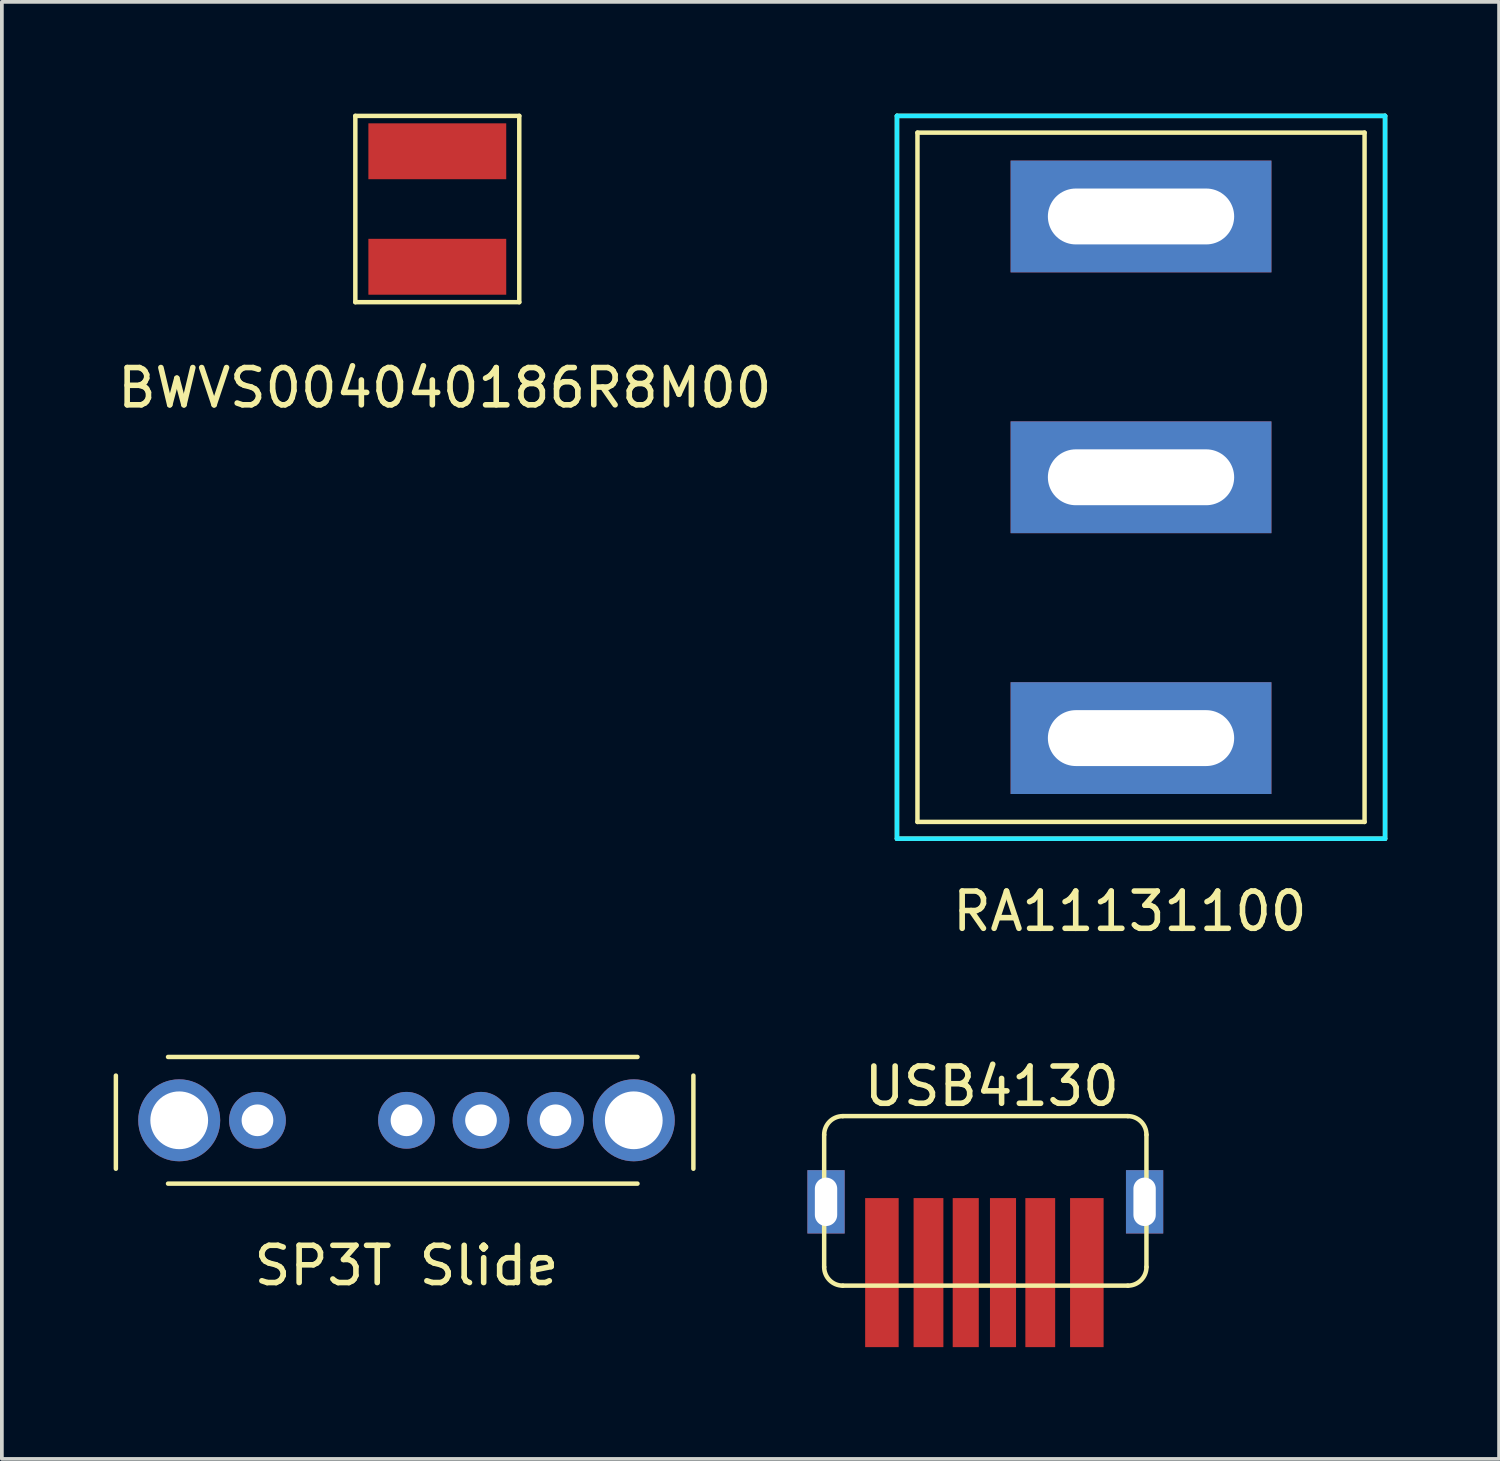
<source format=kicad_pcb>
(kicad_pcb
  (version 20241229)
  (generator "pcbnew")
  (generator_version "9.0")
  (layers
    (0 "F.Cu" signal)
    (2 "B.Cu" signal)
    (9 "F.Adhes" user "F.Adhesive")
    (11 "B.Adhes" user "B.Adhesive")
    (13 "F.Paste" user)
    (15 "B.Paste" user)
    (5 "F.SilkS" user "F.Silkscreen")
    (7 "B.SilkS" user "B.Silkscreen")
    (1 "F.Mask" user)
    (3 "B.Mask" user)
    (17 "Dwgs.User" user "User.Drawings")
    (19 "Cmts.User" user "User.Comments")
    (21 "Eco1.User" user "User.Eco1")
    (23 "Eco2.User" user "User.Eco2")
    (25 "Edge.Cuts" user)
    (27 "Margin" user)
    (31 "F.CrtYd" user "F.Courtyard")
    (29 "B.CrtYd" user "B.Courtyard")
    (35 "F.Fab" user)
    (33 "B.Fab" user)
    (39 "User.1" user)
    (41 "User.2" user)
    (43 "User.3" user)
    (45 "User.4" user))
  (footprint "USB4130"
    (layer "F.Cu")
    (at 19.07 31.456)
    (property "Reference" "USB4130" (at 4.5 -5.35 0) (layer "F.SilkS") (effects (font (size 1 1) (thickness 0.15))))
    (attr through_hole)
    (fp_line (start 0 -4.05) (end 0 -0.5) (stroke (width 0.12) (type solid)) (layer "F.SilkS"))
    (fp_line (start 0.5 -4.55) (end 8.15 -4.55) (stroke (width 0.12) (type solid)) (layer "F.SilkS"))
    (fp_line (start 0.5 0) (end 8.15 0) (stroke (width 0.12) (type solid)) (layer "F.SilkS"))
    (fp_line (start 8.65 -0.5) (end 8.65 -4.05) (stroke (width 0.12) (type solid)) (layer "F.SilkS"))
    (fp_arc (start 0 -4.05) (mid 0.146447 -4.403553) (end 0.5 -4.55) (stroke (width 0.12) (type solid)) (layer "F.SilkS"))
    (fp_arc (start 0.5 0) (mid 0.146447 -0.146447) (end 0 -0.5) (stroke (width 0.12) (type solid)) (layer "F.SilkS"))
    (fp_arc (start 8.15 -4.55) (mid 8.503553 -4.403553) (end 8.65 -4.05) (stroke (width 0.12) (type solid)) (layer "F.SilkS"))
    (fp_arc (start 8.65 -0.5) (mid 8.503553 -0.146447) (end 8.15 0) (stroke (width 0.12) (type solid)) (layer "F.SilkS"))
    (pad "A5" smd rect (at 3.8 -0.35) (size 0.7 4) (layers "F.Cu" "F.Mask" "F.Paste"))
    (pad "A9" smd rect (at 5.8 -0.35) (size 0.8 4) (layers "F.Cu" "F.Mask" "F.Paste"))
    (pad "A12" smd rect (at 7.05 -0.35) (size 0.9 4) (layers "F.Cu" "F.Mask" "F.Paste"))
    (pad "B5" smd rect (at 4.8 -0.35) (size 0.7 4) (layers "F.Cu" "F.Mask" "F.Paste"))
    (pad "B9" smd rect (at 2.8 -0.35) (size 0.8 4) (layers "F.Cu" "F.Mask" "F.Paste"))
    (pad "B12" smd rect (at 1.55 -0.35) (size 0.9 4) (layers "F.Cu" "F.Mask" "F.Paste"))
    (pad "SHELL" thru_hole custom (at 0.05 -2.25) (size 1 1.7) (drill oval 0.6 1.3) (layers "*.Cu" "*.Mask") (options (anchor rect)) (primitives))
    (pad "SHELL" thru_hole custom (at 8.6 -2.25) (size 1 1.7) (drill oval 0.6 1.3) (layers "*.Cu" "*.Mask") (options (anchor rect)) (primitives)))
  (footprint "BWVS004040186R8M00"
    (layer "F.Cu")
    (at 8.887 6.86)
    (property "Reference" "BWVS004040186R8M00" (at 0 0.5 0) (layer "F.SilkS") (effects (font (size 1 1) (thickness 0.15))))
    (attr through_hole)
    (fp_line (start -2.4 -6.8) (end 2 -6.8) (stroke (width 0.12) (type solid)) (layer "F.SilkS"))
    (fp_line (start -2.4 -1.8) (end -2.4 -6.8) (stroke (width 0.12) (type solid)) (layer "F.SilkS"))
    (fp_line (start 2 -6.8) (end 2 -1.8) (stroke (width 0.12) (type solid)) (layer "F.SilkS"))
    (fp_line (start 2 -1.8) (end -2.4 -1.8) (stroke (width 0.12) (type solid)) (layer "F.SilkS"))
    (pad "1" smd rect (at -0.2 -5.85) (size 3.7 1.5) (layers "F.Cu" "F.Mask" "F.Paste"))
    (pad "2" smd rect (at -0.2 -2.75) (size 3.7 1.5) (layers "F.Cu" "F.Mask" "F.Paste")))
  (footprint "RA11131100"
    (layer "F.Cu")
    (at 21.024 19.46)
    (property "Reference" "RA11131100" (at 6.25 1.95 0) (layer "F.SilkS") (effects (font (size 1 1) (thickness 0.15))))
    (attr through_hole)
    (fp_line (start 0 -19.4) (end 13.1 -19.4) (stroke (width 0.12) (type solid)) (layer "F.SilkS"))
    (fp_line (start 0 0) (end 0 -19.4) (stroke (width 0.12) (type solid)) (layer "F.SilkS"))
    (fp_line (start 0.55 -18.95) (end 12.55 -18.95) (stroke (width 0.12) (type solid)) (layer "F.SilkS"))
    (fp_line (start 0.55 -0.45) (end 0.55 -18.95) (stroke (width 0.12) (type solid)) (layer "F.SilkS"))
    (fp_line (start 0.55 -0.45) (end 12.55 -0.45) (stroke (width 0.12) (type solid)) (layer "F.SilkS"))
    (fp_line (start 12.55 -0.45) (end 12.55 -18.95) (stroke (width 0.12) (type solid)) (layer "F.SilkS"))
    (fp_line (start 13.1 -19.4) (end 13.1 0) (stroke (width 0.12) (type solid)) (layer "F.SilkS"))
    (fp_line (start 13.1 0) (end 0 0) (stroke (width 0.12) (type solid)) (layer "F.SilkS"))
    (fp_line (start 0 -19.4) (end 13.1 -19.4) (stroke (width 0.12) (type solid)) (layer "B.CrtYd"))
    (fp_line (start 0 0) (end 0 -19.4) (stroke (width 0.12) (type solid)) (layer "B.CrtYd"))
    (fp_line (start 0 0) (end 13.1 0) (stroke (width 0.12) (type solid)) (layer "B.CrtYd"))
    (fp_line (start 13.1 0) (end 13.1 -19.4) (stroke (width 0.12) (type solid)) (layer "B.CrtYd"))
    (pad "1" thru_hole custom (at 6.55 -2.7) (size 7 3) (drill oval 5 1.5) (layers "*.Cu" "*.Mask") (options (anchor rect)) (primitives))
    (pad "2" thru_hole custom (at 6.55 -9.7) (size 7 3) (drill oval 5 1.5) (layers "*.Cu" "*.Mask") (options (anchor rect)) (primitives))
    (pad "3" thru_hole custom (at 6.55 -16.7) (size 7 3) (drill oval 5 1.5) (layers "*.Cu" "*.Mask") (options (anchor rect)) (primitives)))
  (footprint "SP3T Slide"
    (layer "F.Cu")
    (at 5.56 31.218)
    (property "Reference" "SP3T Slide" (at 2.3 -0.3 0) (layer "F.SilkS") (effects (font (size 1 1) (thickness 0.15))))
    (attr through_hole)
    (fp_line (start -5.5 -5.4) (end -5.5 -2.9) (stroke (width 0.12) (type solid)) (layer "F.SilkS"))
    (fp_line (start -4.1 -5.9) (end 8.5 -5.9) (stroke (width 0.12) (type solid)) (layer "F.SilkS"))
    (fp_line (start -4.1 -2.5) (end 8.5 -2.5) (stroke (width 0.12) (type solid)) (layer "F.SilkS"))
    (fp_line (start 10 -5.4) (end 10 -2.9) (stroke (width 0.12) (type solid)) (layer "F.SilkS"))
    (pad "" thru_hole circle (at -3.8 -4.2) (size 2.2 2.2) (drill 1.55) (layers "*.Cu" "*.Mask"))
    (pad "" thru_hole circle (at 8.4 -4.2) (size 2.2 2.2) (drill 1.55) (layers "*.Cu" "*.Mask"))
    (pad "1" thru_hole circle (at -1.7 -4.2) (size 1.524 1.524) (drill 0.85) (layers "*.Cu" "*.Mask"))
    (pad "2" thru_hole circle (at 2.3 -4.2 90) (size 1.524 1.524) (drill 0.85) (layers "*.Cu" "*.Mask"))
    (pad "3" thru_hole circle (at 4.3 -4.2) (size 1.524 1.524) (drill 0.85) (layers "*.Cu" "*.Mask"))
    (pad "4" thru_hole circle (at 6.3 -4.2) (size 1.524 1.524) (drill 0.85) (layers "*.Cu" "*.Mask")))
  (gr_rect
    (start -3 -3)
    (end 37.184 36.106)
    (stroke (width 0.1) (type default))
    (fill no)
    (layer "Edge.Cuts")))
</source>
